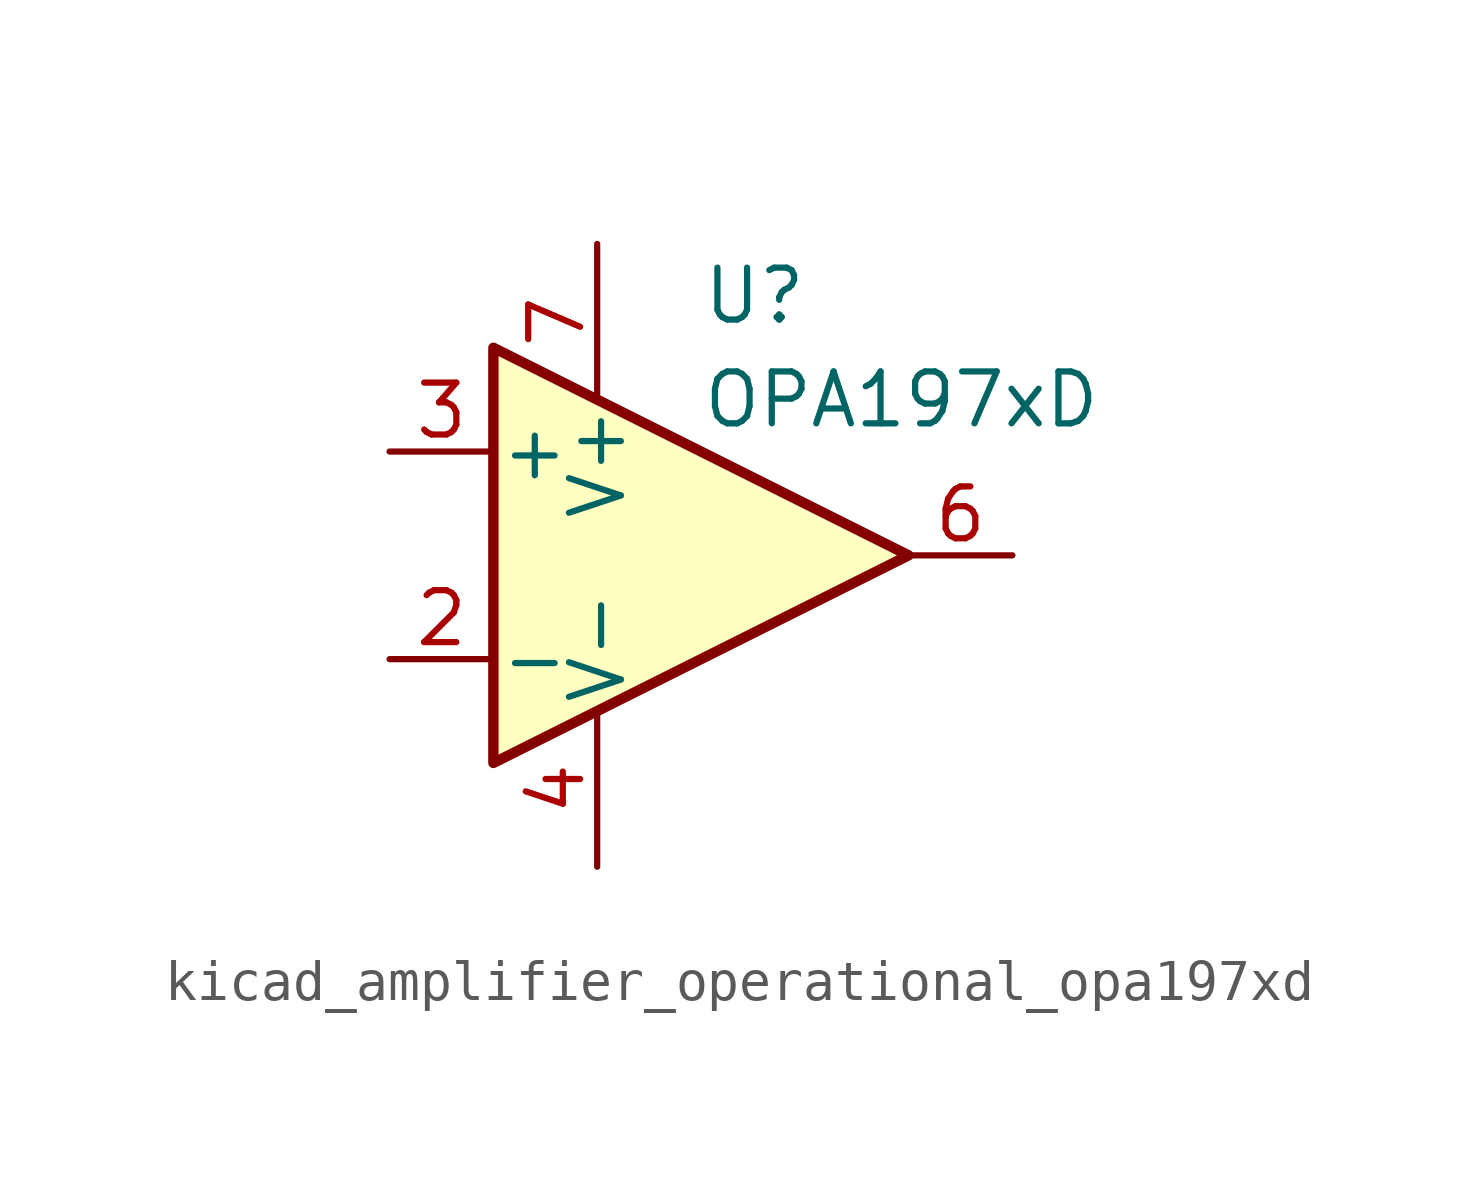
<source format=kicad_sym>
(kicad_symbol_lib
  (version 20220914)
  (generator kicad_symbol_editor)
  (symbol "kicad_amplifier_operational_opa197xd"
    (pin_names
      (offset 0.127))
    (property "Reference" "U"
      (at 0 6.35 0)
      (effects (font (size 1.27 1.27)) (justify left)))
    (property "Value" "OPA197xD"
      (at 0 3.81 0)
      (effects (font (size 1.27 1.27)) (justify left)))
    (symbol "kicad_amplifier_operational_opa197xd_0_1"
      (polyline (pts (xy -5.08 5.08) (xy 5.08 0) (xy -5.08 -5.08) (xy -5.08 5.08)) (stroke (width 0.254) (type default)) (fill (type background))))
    (symbol "kicad_amplifier_operational_opa197xd_1_1"
      (pin no_connect line (at -2.54 2.54 270) (length 2.54) hide (name "NC" (effects (font (size 1.27 1.27)))) (number "1" (effects (font (size 1.27 1.27)))))
      (pin input line (at -7.62 -2.54 0) (length 2.54) (name "-" (effects (font (size 1.27 1.27)))) (number "2" (effects (font (size 1.27 1.27)))))
      (pin input line (at -7.62 2.54 0) (length 2.54) (name "+" (effects (font (size 1.27 1.27)))) (number "3" (effects (font (size 1.27 1.27)))))
      (pin power_in line (at -2.54 -7.62 90) (length 3.81) (name "V-" (effects (font (size 1.27 1.27)))) (number "4" (effects (font (size 1.27 1.27)))))
      (pin no_connect line (at 0 2.54 270) (length 2.54) hide (name "NC" (effects (font (size 1.27 1.27)))) (number "5" (effects (font (size 1.27 1.27)))))
      (pin output line (at 7.62 0 180) (length 2.54) (name "~" (effects (font (size 1.27 1.27)))) (number "6" (effects (font (size 1.27 1.27)))))
      (pin power_in line (at -2.54 7.62 270) (length 3.81) (name "V+" (effects (font (size 1.27 1.27)))) (number "7" (effects (font (size 1.27 1.27)))))
      (pin no_connect line (at 0 -2.54 90) (length 2.54) hide (name "NC" (effects (font (size 1.27 1.27)))) (number "8" (effects (font (size 1.27 1.27))))))))
</source>
